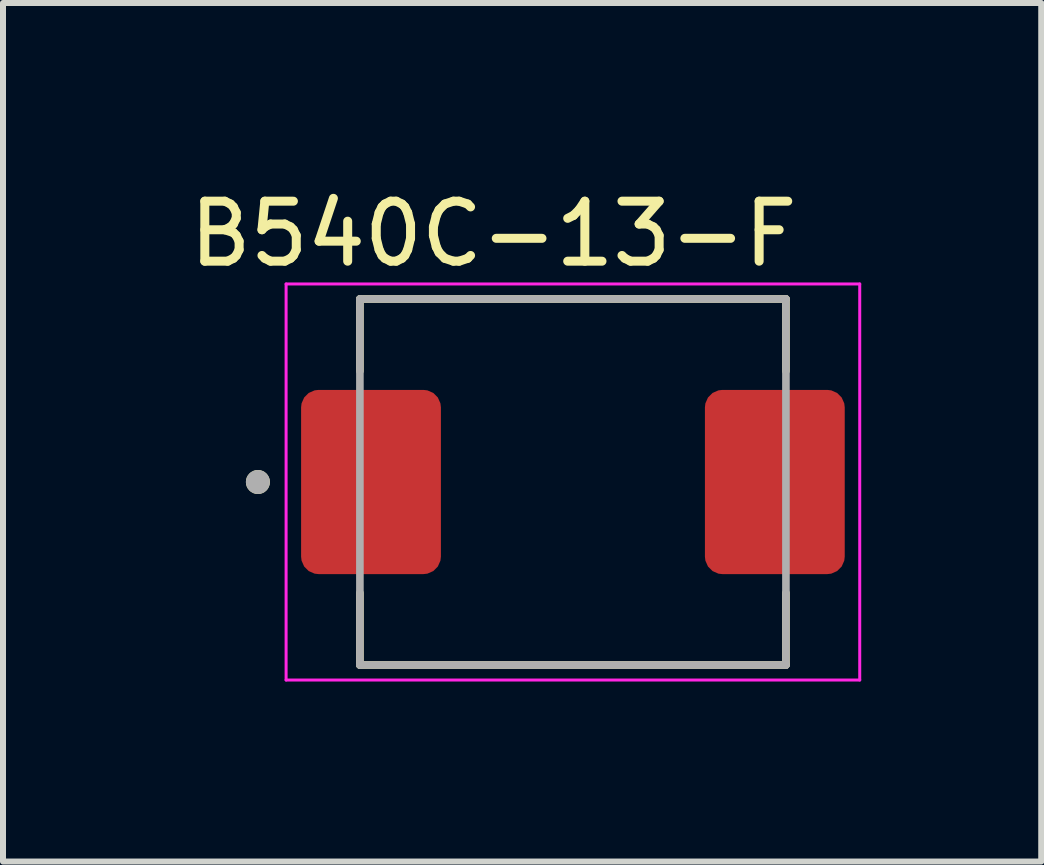
<source format=kicad_pcb>
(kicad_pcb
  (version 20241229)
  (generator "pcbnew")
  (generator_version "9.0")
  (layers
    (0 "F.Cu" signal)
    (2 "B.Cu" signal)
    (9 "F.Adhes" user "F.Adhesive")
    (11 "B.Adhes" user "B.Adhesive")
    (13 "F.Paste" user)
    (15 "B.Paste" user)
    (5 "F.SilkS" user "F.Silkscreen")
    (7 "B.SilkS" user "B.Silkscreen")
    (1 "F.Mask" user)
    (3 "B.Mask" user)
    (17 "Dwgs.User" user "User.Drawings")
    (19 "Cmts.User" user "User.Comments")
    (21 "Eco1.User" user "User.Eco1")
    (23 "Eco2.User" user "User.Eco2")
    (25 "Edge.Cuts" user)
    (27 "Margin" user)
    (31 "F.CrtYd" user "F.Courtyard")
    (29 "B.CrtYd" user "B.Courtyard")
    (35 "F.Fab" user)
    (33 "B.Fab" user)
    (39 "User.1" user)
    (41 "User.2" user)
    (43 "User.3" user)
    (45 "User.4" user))
  (footprint "B540C-13-F"
    (layer "F.Cu")
    (at 6.498 4.983)
    (property "Reference" "B540C-13-F" (at -1.325 -4.135 0) (layer "F.SilkS") (effects (font (size 1 1) (thickness 0.15))))
    (attr smd)
    (fp_line (start -3.55 -3.05) (end 3.55 -3.05) (stroke (width 0.127) (type solid)) (layer "F.SilkS"))
    (fp_line (start -3.55 -1.849) (end -3.55 -3.05) (stroke (width 0.127) (type solid)) (layer "F.SilkS"))
    (fp_line (start -3.55 1.849) (end -3.55 3.05) (stroke (width 0.127) (type solid)) (layer "F.SilkS"))
    (fp_line (start -3.55 3.05) (end 3.55 3.05) (stroke (width 0.127) (type solid)) (layer "F.SilkS"))
    (fp_line (start 3.55 -3.05) (end 3.55 -1.849) (stroke (width 0.127) (type solid)) (layer "F.SilkS"))
    (fp_line (start 3.55 3.05) (end 3.55 1.849) (stroke (width 0.127) (type solid)) (layer "F.SilkS"))
    (fp_circle (center -5.25 0) (end -5.15 0) (stroke (width 0.2) (type solid)) (fill no) (layer "F.SilkS"))
    (fp_line (start -4.78 -3.3) (end 4.78 -3.3) (stroke (width 0.05) (type solid)) (layer "F.CrtYd"))
    (fp_line (start -4.78 3.3) (end -4.78 -3.3) (stroke (width 0.05) (type solid)) (layer "F.CrtYd"))
    (fp_line (start 4.78 -3.3) (end 4.78 3.3) (stroke (width 0.05) (type solid)) (layer "F.CrtYd"))
    (fp_line (start 4.78 3.3) (end -4.78 3.3) (stroke (width 0.05) (type solid)) (layer "F.CrtYd"))
    (fp_line (start -3.55 -3.05) (end 3.55 -3.05) (stroke (width 0.127) (type solid)) (layer "F.Fab"))
    (fp_line (start -3.55 3.05) (end -3.55 -3.05) (stroke (width 0.127) (type solid)) (layer "F.Fab"))
    (fp_line (start 3.55 -3.05) (end 3.55 3.05) (stroke (width 0.127) (type solid)) (layer "F.Fab"))
    (fp_line (start 3.55 3.05) (end -3.55 3.05) (stroke (width 0.127) (type solid)) (layer "F.Fab"))
    (fp_circle (center -5.25 0) (end -5.15 0) (stroke (width 0.2) (type solid)) (fill no) (layer "F.Fab"))
    (pad "A" smd roundrect (at 3.365 0) (size 2.33 3.07) (layers "F.Cu" "F.Mask" "F.Paste") (roundrect_rratio 0.125))
    (pad "C" smd roundrect (at -3.365 0) (size 2.33 3.07) (layers "F.Cu" "F.Mask" "F.Paste") (roundrect_rratio 0.125)))
  (gr_rect
    (start -3 -3)
    (end 14.303 11.308)
    (stroke (width 0.1) (type default))
    (fill no)
    (layer "Edge.Cuts")))
</source>
